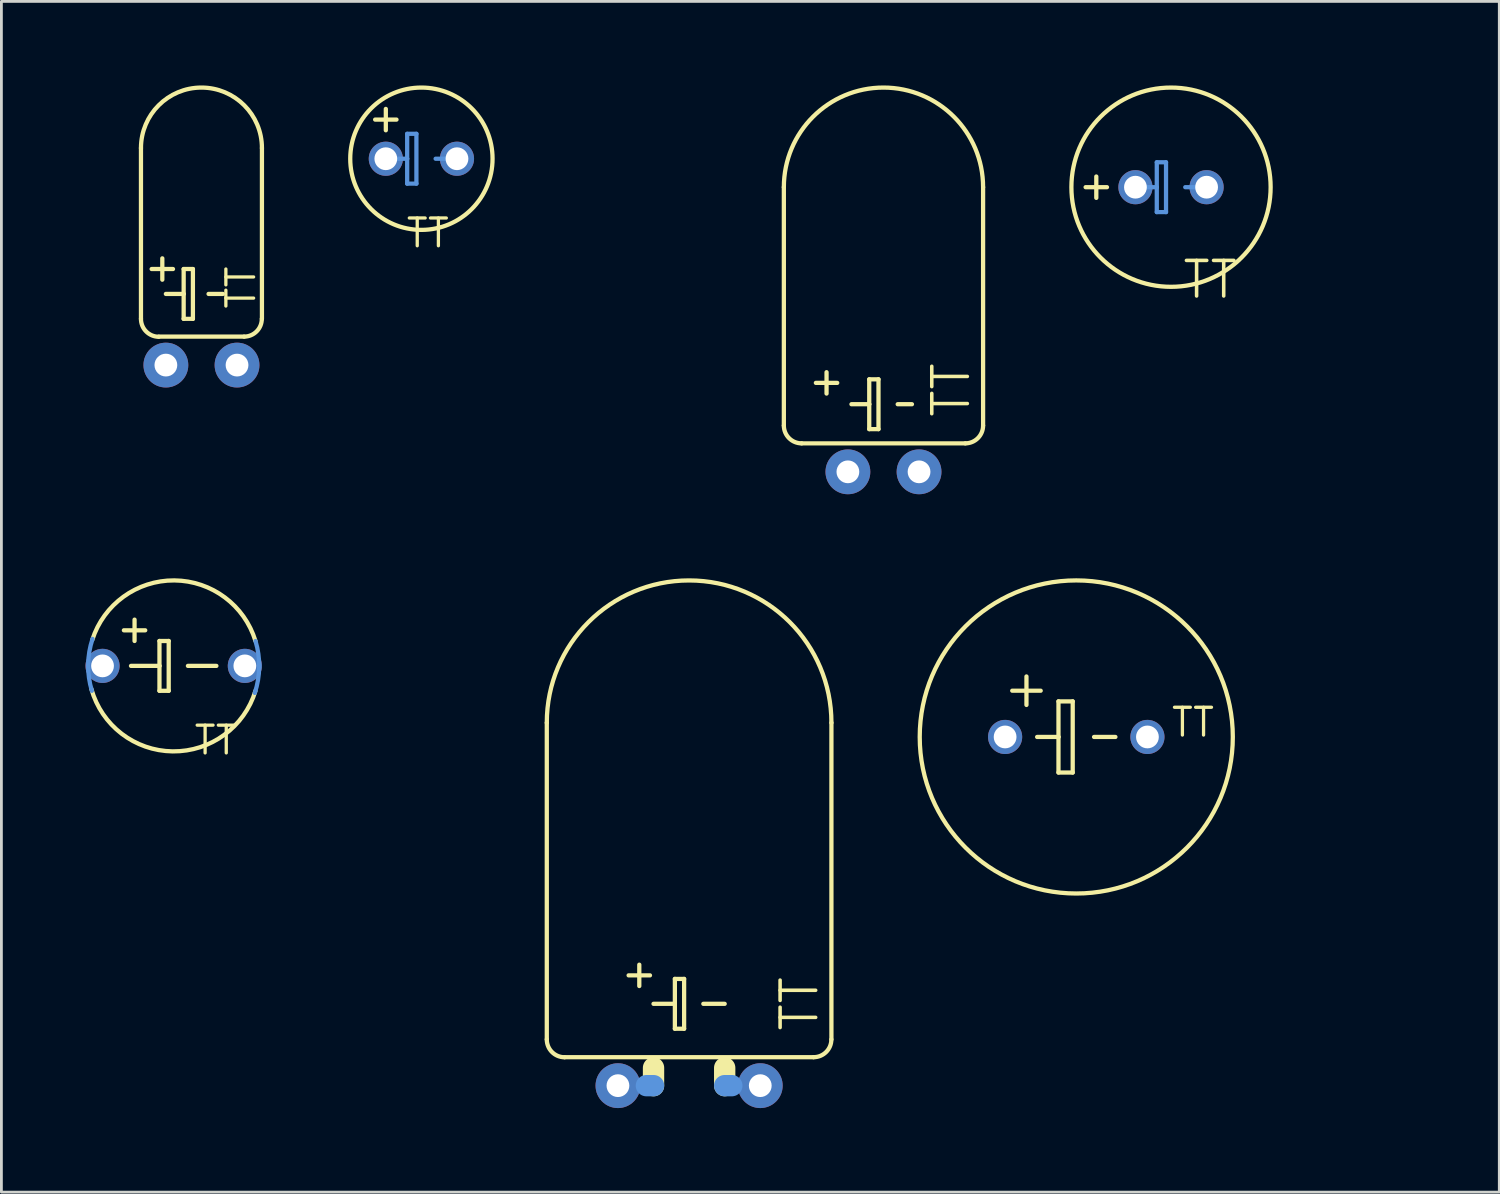
<source format=kicad_pcb>
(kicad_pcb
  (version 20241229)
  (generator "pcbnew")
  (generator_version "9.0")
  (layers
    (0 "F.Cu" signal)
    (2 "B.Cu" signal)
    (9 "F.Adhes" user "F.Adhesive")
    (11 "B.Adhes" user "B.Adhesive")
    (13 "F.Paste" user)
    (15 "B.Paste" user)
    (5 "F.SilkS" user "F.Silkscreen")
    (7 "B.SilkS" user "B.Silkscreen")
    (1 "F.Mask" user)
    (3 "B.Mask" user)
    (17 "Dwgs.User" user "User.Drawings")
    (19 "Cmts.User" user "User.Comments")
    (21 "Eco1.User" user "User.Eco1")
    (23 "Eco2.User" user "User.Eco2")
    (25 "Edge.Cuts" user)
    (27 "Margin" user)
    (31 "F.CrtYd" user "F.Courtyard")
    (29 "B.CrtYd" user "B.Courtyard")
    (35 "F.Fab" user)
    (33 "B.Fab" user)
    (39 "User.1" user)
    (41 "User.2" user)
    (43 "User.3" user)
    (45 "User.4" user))
  (footprint "TT2D4L"
    (layer "F.Cu")
    (at 4.141 9.982)
    (property "Reference" "TT2D4L" (at -3.175 -5.207 90) (layer "Eco1.User") (effects (font (size 1.27 1.27) (thickness 0.127))))
    (attr through_hole)
    (fp_line (start -2.159 -7.747) (end -2.159 -1.651) (stroke (width 0.152) (type solid)) (layer "F.SilkS"))
    (fp_line (start -1.778 -3.429) (end -1.016 -3.429) (stroke (width 0.152) (type solid)) (layer "F.SilkS"))
    (fp_line (start -1.524 -1.016) (end 1.524 -1.016) (stroke (width 0.152) (type solid)) (layer "F.SilkS"))
    (fp_line (start -1.397 -3.81) (end -1.397 -3.048) (stroke (width 0.152) (type solid)) (layer "F.SilkS"))
    (fp_line (start -1.27 -2.54) (end -0.635 -2.54) (stroke (width 0.152) (type solid)) (layer "F.SilkS"))
    (fp_line (start -0.635 -3.429) (end -0.635 -2.54) (stroke (width 0.152) (type solid)) (layer "F.SilkS"))
    (fp_line (start -0.635 -2.54) (end -0.635 -1.651) (stroke (width 0.152) (type solid)) (layer "F.SilkS"))
    (fp_line (start -0.635 -1.651) (end -0.305 -1.651) (stroke (width 0.152) (type solid)) (layer "F.SilkS"))
    (fp_line (start -0.305 -3.429) (end -0.635 -3.429) (stroke (width 0.152) (type solid)) (layer "F.SilkS"))
    (fp_line (start -0.305 -1.651) (end -0.305 -3.429) (stroke (width 0.152) (type solid)) (layer "F.SilkS"))
    (fp_line (start 0.254 -2.54) (end 0.762 -2.54) (stroke (width 0.152) (type solid)) (layer "F.SilkS"))
    (fp_line (start 2.159 -7.747) (end 2.159 -1.651) (stroke (width 0.152) (type solid)) (layer "F.SilkS"))
    (fp_arc (start -2.159 -7.747) (mid 0 -9.906) (end 2.159 -7.747) (stroke (width 0.1524) (type solid)) (layer "F.SilkS"))
    (fp_arc (start -1.524 -1.01092) (mid -1.974065 -1.199447) (end -2.159 -1.651) (stroke (width 0.1524) (type solid)) (layer "F.SilkS"))
    (fp_arc (start 2.15392 -1.651) (mid 1.970473 -1.203039) (end 1.524 -1.016) (stroke (width 0.1524) (type solid)) (layer "F.SilkS"))
    (fp_text user "TT" (at 1.41 -2.769 90) (layer "F.SilkS") (effects (font (size 0.991 0.991) (thickness 0.117))))
    (pad "+" thru_hole oval (at -1.27 0) (size 1.6 1.6) (drill 0.813) (layers "*.Cu" "*.Mask"))
    (pad "-" thru_hole oval (at 1.27 0) (size 1.6 1.6) (drill 0.813) (layers "*.Cu" "*.Mask")))
  (footprint "TT2D5"
    (layer "F.Cu")
    (at 11.992 2.616)
    (property "Reference" "TT2D5" (at 5.08 -0.635 0) (layer "Eco1.User") (effects (font (size 1.27 1.27) (thickness 0.127))))
    (attr through_hole)
    (fp_line (start -1.27 -1.016) (end -1.27 -1.778) (stroke (width 0.152) (type solid)) (layer "F.SilkS"))
    (fp_line (start -0.889 -1.397) (end -1.651 -1.397) (stroke (width 0.152) (type solid)) (layer "F.SilkS"))
    (fp_circle (center 0 0) (end 2.54 0) (stroke (width 0.152) (type solid)) (fill no) (layer "F.SilkS"))
    (fp_line (start -1.016 0) (end -0.508 0) (stroke (width 0.152) (type solid)) (layer "Cmts.User"))
    (fp_line (start -0.508 -0.889) (end -0.508 0) (stroke (width 0.152) (type solid)) (layer "Cmts.User"))
    (fp_line (start -0.508 0) (end -0.508 0.889) (stroke (width 0.152) (type solid)) (layer "Cmts.User"))
    (fp_line (start -0.508 0.889) (end -0.178 0.889) (stroke (width 0.152) (type solid)) (layer "Cmts.User"))
    (fp_line (start -0.178 -0.889) (end -0.508 -0.889) (stroke (width 0.152) (type solid)) (layer "Cmts.User"))
    (fp_line (start -0.178 0.889) (end -0.178 -0.889) (stroke (width 0.152) (type solid)) (layer "Cmts.User"))
    (fp_line (start 0.508 0) (end 1.016 0) (stroke (width 0.152) (type solid)) (layer "Cmts.User"))
    (fp_text user "TT" (at 0.229 2.654 0) (layer "F.SilkS") (effects (font (size 0.991 0.991) (thickness 0.117))))
    (pad "+" thru_hole oval (at -1.27 0) (size 1.219 1.219) (drill 0.813) (layers "*.Cu" "*.Mask"))
    (pad "-" thru_hole oval (at 1.27 0) (size 1.219 1.219) (drill 0.813) (layers "*.Cu" "*.Mask")))
  (footprint "TT5D11L"
    (layer "F.Cu")
    (at 21.548 35.703)
    (property "Reference" "TT5D11L" (at -6.096 -5.08 90) (layer "Eco1.User") (effects (font (size 1.27 1.27) (thickness 0.127))))
    (attr through_hole)
    (fp_line (start -5.08 -12.954) (end -5.08 -1.651) (stroke (width 0.152) (type solid)) (layer "F.SilkS"))
    (fp_line (start -4.445 -1.016) (end 4.445 -1.016) (stroke (width 0.152) (type solid)) (layer "F.SilkS"))
    (fp_line (start -2.159 -3.937) (end -1.397 -3.937) (stroke (width 0.152) (type solid)) (layer "F.SilkS"))
    (fp_line (start -1.778 -4.318) (end -1.778 -3.556) (stroke (width 0.152) (type solid)) (layer "F.SilkS"))
    (fp_line (start -1.27 -2.921) (end -0.508 -2.921) (stroke (width 0.152) (type solid)) (layer "F.SilkS"))
    (fp_line (start -1.27 -0.635) (end -1.27 0) (stroke (width 0.762) (type solid)) (layer "F.SilkS"))
    (fp_line (start -0.508 -3.81) (end -0.508 -2.921) (stroke (width 0.152) (type solid)) (layer "F.SilkS"))
    (fp_line (start -0.508 -2.921) (end -0.508 -2.032) (stroke (width 0.152) (type solid)) (layer "F.SilkS"))
    (fp_line (start -0.508 -2.032) (end -0.178 -2.032) (stroke (width 0.152) (type solid)) (layer "F.SilkS"))
    (fp_line (start -0.178 -3.81) (end -0.508 -3.81) (stroke (width 0.152) (type solid)) (layer "F.SilkS"))
    (fp_line (start -0.178 -2.032) (end -0.178 -3.81) (stroke (width 0.152) (type solid)) (layer "F.SilkS"))
    (fp_line (start 0.508 -2.921) (end 1.27 -2.921) (stroke (width 0.152) (type solid)) (layer "F.SilkS"))
    (fp_line (start 1.27 -0.635) (end 1.27 0) (stroke (width 0.762) (type solid)) (layer "F.SilkS"))
    (fp_line (start 5.08 -12.954) (end 5.08 -1.651) (stroke (width 0.152) (type solid)) (layer "F.SilkS"))
    (fp_arc (start -5.08 -12.954) (mid 0 -18.034) (end 5.08 -12.954) (stroke (width 0.1524) (type solid)) (layer "F.SilkS"))
    (fp_arc (start -4.44754 -1.01346) (mid -4.895809 -1.201243) (end -5.08 -1.651) (stroke (width 0.1524) (type solid)) (layer "F.SilkS"))
    (fp_arc (start 5.07746 -1.64846) (mid 4.892217 -1.201243) (end 4.445 -1.016) (stroke (width 0.1524) (type solid)) (layer "F.SilkS"))
    (fp_line (start -1.524 0) (end -1.27 0) (stroke (width 0.762) (type solid)) (layer "Cmts.User"))
    (fp_line (start 1.524 0) (end 1.27 0) (stroke (width 0.762) (type solid)) (layer "Cmts.User"))
    (fp_text user "TT" (at 3.937 -2.921 90) (layer "F.SilkS") (effects (font (size 1.27 1.27) (thickness 0.127))))
    (pad "+" thru_hole oval (at -2.54 0) (size 1.6 1.6) (drill 0.813) (layers "*.Cu" "*.Mask"))
    (pad "-" thru_hole oval (at 2.54 0) (size 1.6 1.6) (drill 0.813) (layers "*.Cu" "*.Mask")))
  (footprint "TT5D11"
    (layer "F.Cu")
    (at 35.368 23.256)
    (property "Reference" "TT5D11" (at 7.112 -3.175 0) (layer "Eco1.User") (effects (font (size 1.27 1.27) (thickness 0.127))))
    (attr through_hole)
    (fp_line (start -1.778 -2.159) (end -1.778 -1.143) (stroke (width 0.152) (type solid)) (layer "F.SilkS"))
    (fp_line (start -1.397 0) (end -0.635 0) (stroke (width 0.152) (type solid)) (layer "F.SilkS"))
    (fp_line (start -1.27 -1.651) (end -2.286 -1.651) (stroke (width 0.152) (type solid)) (layer "F.SilkS"))
    (fp_line (start -0.635 -1.27) (end -0.635 0) (stroke (width 0.152) (type solid)) (layer "F.SilkS"))
    (fp_line (start -0.635 0) (end -0.635 1.27) (stroke (width 0.152) (type solid)) (layer "F.SilkS"))
    (fp_line (start -0.635 1.27) (end -0.127 1.27) (stroke (width 0.152) (type solid)) (layer "F.SilkS"))
    (fp_line (start -0.127 -1.27) (end -0.635 -1.27) (stroke (width 0.152) (type solid)) (layer "F.SilkS"))
    (fp_line (start -0.127 1.27) (end -0.127 -1.27) (stroke (width 0.152) (type solid)) (layer "F.SilkS"))
    (fp_line (start 0.635 0) (end 1.397 0) (stroke (width 0.152) (type solid)) (layer "F.SilkS"))
    (fp_circle (center 0 0) (end 5.588 0) (stroke (width 0.152) (type solid)) (fill no) (layer "F.SilkS"))
    (fp_text user "TT" (at 4.166 -0.521 0) (layer "F.SilkS") (effects (font (size 0.991 0.991) (thickness 0.117))))
    (pad "+" thru_hole oval (at -2.54 0) (size 1.219 1.219) (drill 0.813) (layers "*.Cu" "*.Mask"))
    (pad "-" thru_hole oval (at 2.54 0) (size 1.219 1.219) (drill 0.813) (layers "*.Cu" "*.Mask")))
  (footprint "TT2D7"
    (layer "F.Cu")
    (at 38.75 3.632)
    (property "Reference" "TT2D7" (at 5.842 -1.27 0) (layer "Eco1.User") (effects (font (size 1.27 1.27) (thickness 0.127))))
    (attr through_hole)
    (fp_line (start -2.667 0.381) (end -2.667 -0.381) (stroke (width 0.152) (type solid)) (layer "F.SilkS"))
    (fp_line (start -2.286 0) (end -3.048 0) (stroke (width 0.152) (type solid)) (layer "F.SilkS"))
    (fp_circle (center 0 0) (end 3.556 0) (stroke (width 0.152) (type solid)) (fill no) (layer "F.SilkS"))
    (fp_line (start -1.016 0) (end -0.508 0) (stroke (width 0.152) (type solid)) (layer "Cmts.User"))
    (fp_line (start -0.508 -0.889) (end -0.508 0) (stroke (width 0.152) (type solid)) (layer "Cmts.User"))
    (fp_line (start -0.508 0) (end -0.508 0.889) (stroke (width 0.152) (type solid)) (layer "Cmts.User"))
    (fp_line (start -0.508 0.889) (end -0.178 0.889) (stroke (width 0.152) (type solid)) (layer "Cmts.User"))
    (fp_line (start -0.178 -0.889) (end -0.508 -0.889) (stroke (width 0.152) (type solid)) (layer "Cmts.User"))
    (fp_line (start -0.178 0.889) (end -0.178 -0.889) (stroke (width 0.152) (type solid)) (layer "Cmts.User"))
    (fp_line (start 0.508 0) (end 1.016 0) (stroke (width 0.152) (type solid)) (layer "Cmts.User"))
    (fp_text user "TT" (at 1.397 3.302 0) (layer "F.SilkS") (effects (font (size 1.27 1.27) (thickness 0.127))))
    (pad "+" thru_hole oval (at -1.27 0) (size 1.219 1.219) (drill 0.813) (layers "*.Cu" "*.Mask"))
    (pad "-" thru_hole oval (at 1.27 0) (size 1.219 1.219) (drill 0.813) (layers "*.Cu" "*.Mask")))
  (footprint "TT2D7L"
    (layer "F.Cu")
    (at 28.486 13.792)
    (property "Reference" "TT2D7L" (at -4.572 -5.08 90) (layer "Eco1.User") (effects (font (size 1.27 1.27) (thickness 0.127))))
    (attr through_hole)
    (fp_line (start -3.556 -10.16) (end -3.556 -1.651) (stroke (width 0.152) (type solid)) (layer "F.SilkS"))
    (fp_line (start -2.921 -1.016) (end 2.921 -1.016) (stroke (width 0.152) (type solid)) (layer "F.SilkS"))
    (fp_line (start -2.413 -3.175) (end -1.651 -3.175) (stroke (width 0.152) (type solid)) (layer "F.SilkS"))
    (fp_line (start -2.032 -2.794) (end -2.032 -3.556) (stroke (width 0.152) (type solid)) (layer "F.SilkS"))
    (fp_line (start -1.143 -2.413) (end -0.508 -2.413) (stroke (width 0.152) (type solid)) (layer "F.SilkS"))
    (fp_line (start -0.508 -3.302) (end -0.508 -2.413) (stroke (width 0.152) (type solid)) (layer "F.SilkS"))
    (fp_line (start -0.508 -2.413) (end -0.508 -1.524) (stroke (width 0.152) (type solid)) (layer "F.SilkS"))
    (fp_line (start -0.508 -1.524) (end -0.178 -1.524) (stroke (width 0.152) (type solid)) (layer "F.SilkS"))
    (fp_line (start -0.178 -3.302) (end -0.508 -3.302) (stroke (width 0.152) (type solid)) (layer "F.SilkS"))
    (fp_line (start -0.178 -1.524) (end -0.178 -3.302) (stroke (width 0.152) (type solid)) (layer "F.SilkS"))
    (fp_line (start 0.508 -2.413) (end 1.016 -2.413) (stroke (width 0.152) (type solid)) (layer "F.SilkS"))
    (fp_line (start 3.556 -10.16) (end 3.556 -1.651) (stroke (width 0.152) (type solid)) (layer "F.SilkS"))
    (fp_arc (start -3.556 -10.16) (mid 0 -13.716) (end 3.556 -10.16) (stroke (width 0.1524) (type solid)) (layer "F.SilkS"))
    (fp_arc (start -2.921 -1.016) (mid -3.370013 -1.201987) (end -3.556 -1.651) (stroke (width 0.1524) (type solid)) (layer "F.SilkS"))
    (fp_arc (start 3.556 -1.651) (mid 3.370013 -1.201987) (end 2.921 -1.016) (stroke (width 0.1524) (type solid)) (layer "F.SilkS"))
    (fp_text user "TT" (at 2.413 -2.921 90) (layer "F.SilkS") (effects (font (size 1.27 1.27) (thickness 0.127))))
    (pad "+" thru_hole oval (at -1.27 0) (size 1.6 1.6) (drill 0.813) (layers "*.Cu" "*.Mask"))
    (pad "-" thru_hole oval (at 1.27 0) (size 1.6 1.6) (drill 0.813) (layers "*.Cu" "*.Mask")))
  (footprint "TT5D6"
    (layer "F.Cu")
    (at 3.15 20.719)
    (property "Reference" "TT5D6" (at 5.461 -1.016 0) (layer "Eco1.User") (effects (font (size 1.27 1.27) (thickness 0.127))))
    (attr through_hole)
    (fp_line (start -1.778 -1.27) (end -1.016 -1.27) (stroke (width 0.152) (type solid)) (layer "F.SilkS"))
    (fp_line (start -1.524 0) (end -0.508 0) (stroke (width 0.152) (type solid)) (layer "F.SilkS"))
    (fp_line (start -1.397 -1.651) (end -1.397 -0.889) (stroke (width 0.152) (type solid)) (layer "F.SilkS"))
    (fp_line (start -0.508 -0.889) (end -0.508 0) (stroke (width 0.152) (type solid)) (layer "F.SilkS"))
    (fp_line (start -0.508 0) (end -0.508 0.889) (stroke (width 0.152) (type solid)) (layer "F.SilkS"))
    (fp_line (start -0.508 0.889) (end -0.178 0.889) (stroke (width 0.152) (type solid)) (layer "F.SilkS"))
    (fp_line (start -0.178 -0.889) (end -0.508 -0.889) (stroke (width 0.152) (type solid)) (layer "F.SilkS"))
    (fp_line (start -0.178 0.889) (end -0.178 -0.889) (stroke (width 0.152) (type solid)) (layer "F.SilkS"))
    (fp_line (start 0.508 0) (end 1.524 0) (stroke (width 0.152) (type solid)) (layer "F.SilkS"))
    (fp_arc (start -2.90576 -0.92964) (mid 0.020821 -3.050777) (end 2.918178 -0.889892) (stroke (width 0.1524) (type solid)) (layer "F.SilkS"))
    (fp_arc (start 2.919169 0.890024) (mid -0.034936 3.051634) (end -2.93878 0.82296) (stroke (width 0.1524) (type solid)) (layer "F.SilkS"))
    (fp_arc (start -2.921 0.889) (mid -3.053044 -0.0385) (end -2.897653 -0.962376) (stroke (width 0.1524) (type solid)) (layer "Cmts.User"))
    (fp_arc (start 2.920956 -0.885509) (mid 3.051944 0.041814) (end 2.8956 0.9652) (stroke (width 0.1524) (type solid)) (layer "Cmts.User"))
    (fp_text user "TT" (at 1.499 2.654 0) (layer "F.SilkS") (effects (font (size 0.991 0.991) (thickness 0.117))))
    (pad "+" thru_hole oval (at -2.54 0) (size 1.219 1.219) (drill 0.813) (layers "*.Cu" "*.Mask"))
    (pad "-" thru_hole oval (at 2.54 0) (size 1.219 1.219) (drill 0.813) (layers "*.Cu" "*.Mask")))
  (gr_rect
    (start -3 -3)
    (end 50.468 39.503)
    (stroke (width 0.1) (type default))
    (fill no)
    (layer "Edge.Cuts")))
</source>
